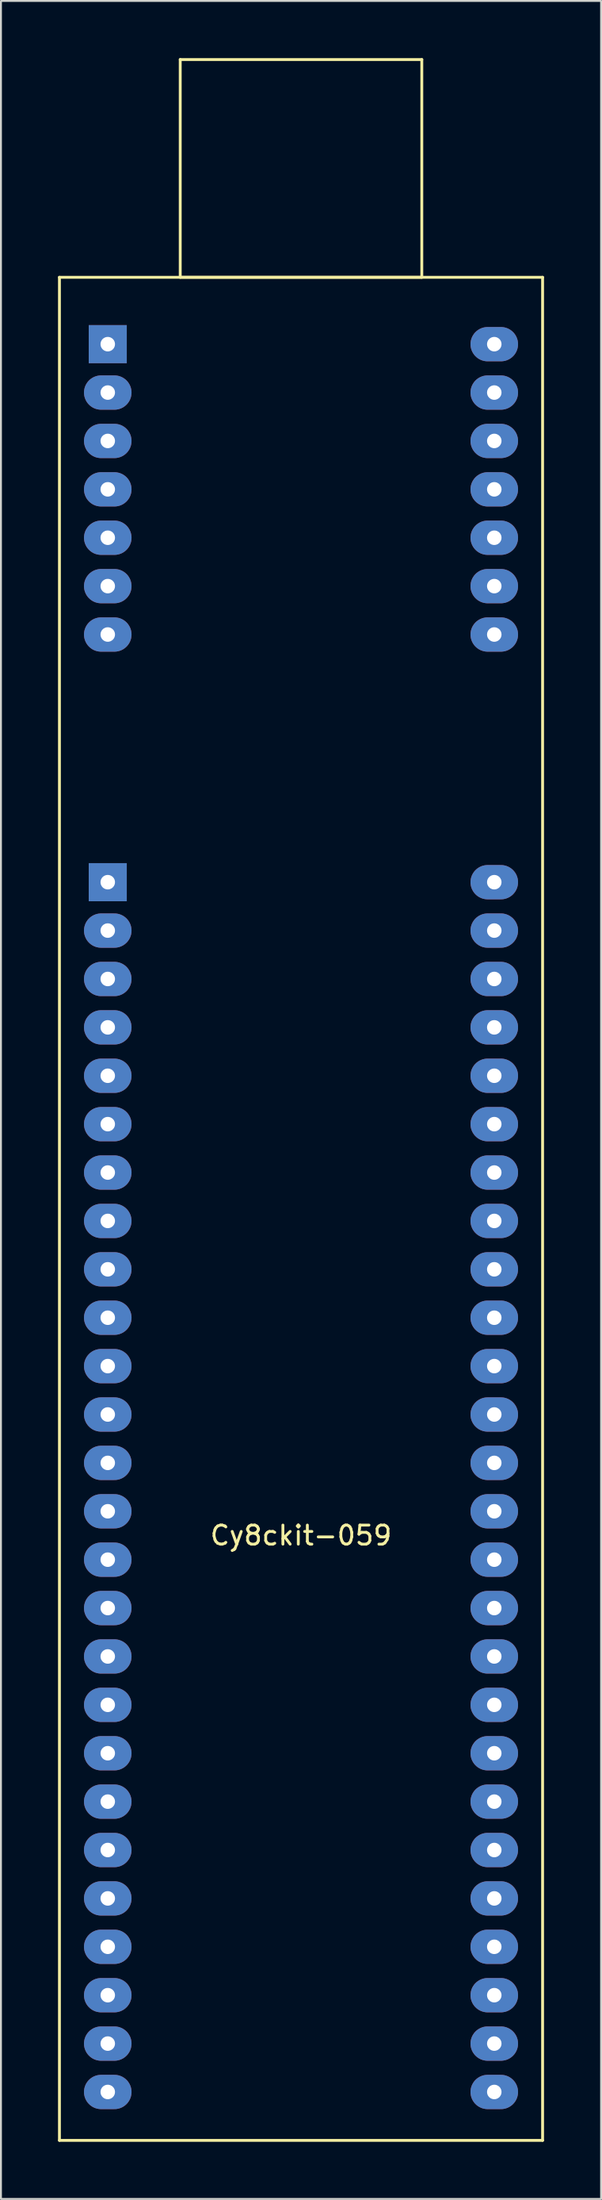
<source format=kicad_pcb>
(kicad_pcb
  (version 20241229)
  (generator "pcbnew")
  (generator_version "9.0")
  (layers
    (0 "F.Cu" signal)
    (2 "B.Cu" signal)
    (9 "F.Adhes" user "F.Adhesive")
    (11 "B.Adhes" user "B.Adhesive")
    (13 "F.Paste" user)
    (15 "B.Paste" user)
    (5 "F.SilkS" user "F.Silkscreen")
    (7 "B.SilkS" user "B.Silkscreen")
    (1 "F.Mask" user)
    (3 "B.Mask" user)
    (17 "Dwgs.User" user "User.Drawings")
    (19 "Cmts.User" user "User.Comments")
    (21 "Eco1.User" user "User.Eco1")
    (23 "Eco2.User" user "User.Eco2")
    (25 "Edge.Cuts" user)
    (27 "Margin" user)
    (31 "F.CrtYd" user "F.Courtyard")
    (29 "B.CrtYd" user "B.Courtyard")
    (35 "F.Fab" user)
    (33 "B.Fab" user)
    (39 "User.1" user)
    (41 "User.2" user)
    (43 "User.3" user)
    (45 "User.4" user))
  (footprint "Cy8ckit-059"
    (layer "F.Cu")
    (at 12.775 77.545)
    (property "Reference" "Cy8ckit-059" (at 0 0 0) (layer "F.SilkS") (effects (font (size 1 1) (thickness 0.15))))
    (attr through_hole)
    (fp_line (start -12.7 -66.04) (end 12.7 -66.04) (stroke (width 0.15) (type solid)) (layer "F.SilkS"))
    (fp_line (start -12.7 31.75) (end -12.7 -66.04) (stroke (width 0.15) (type solid)) (layer "F.SilkS"))
    (fp_line (start -6.35 -77.47) (end 6.35 -77.47) (stroke (width 0.15) (type solid)) (layer "F.SilkS"))
    (fp_line (start -6.35 -66.04) (end -6.35 -77.47) (stroke (width 0.15) (type solid)) (layer "F.SilkS"))
    (fp_line (start 6.35 -77.47) (end 6.35 -66.04) (stroke (width 0.15) (type solid)) (layer "F.SilkS"))
    (fp_line (start 6.35 -66.04) (end -6.35 -66.04) (stroke (width 0.15) (type solid)) (layer "F.SilkS"))
    (fp_line (start 12.7 -66.04) (end 12.7 31.75) (stroke (width 0.15) (type solid)) (layer "F.SilkS"))
    (fp_line (start 12.7 31.75) (end -12.7 31.75) (stroke (width 0.15) (type solid)) (layer "F.SilkS"))
    (pad "1" thru_hole trapezoid (at -10.16 -34.29) (size 2 2) (drill 0.762) (layers "*.Cu" "*.Mask"))
    (pad "2" thru_hole oval (at -10.16 -31.75) (size 2.5 1.8) (drill 0.762) (layers "*.Cu" "*.Mask"))
    (pad "3" thru_hole oval (at -10.16 -29.21) (size 2.5 1.8) (drill 0.762) (layers "*.Cu" "*.Mask"))
    (pad "4" thru_hole oval (at -10.16 -26.67) (size 2.5 1.8) (drill 0.762) (layers "*.Cu" "*.Mask"))
    (pad "5" thru_hole oval (at -10.16 -24.13) (size 2.5 1.8) (drill 0.762) (layers "*.Cu" "*.Mask"))
    (pad "6" thru_hole oval (at -10.16 -21.59) (size 2.5 1.8) (drill 0.762) (layers "*.Cu" "*.Mask"))
    (pad "7" thru_hole oval (at -10.16 -19.05) (size 2.5 1.8) (drill 0.762) (layers "*.Cu" "*.Mask"))
    (pad "8" thru_hole oval (at -10.16 -16.51) (size 2.5 1.8) (drill 0.762) (layers "*.Cu" "*.Mask"))
    (pad "9" thru_hole oval (at -10.16 -13.97) (size 2.5 1.8) (drill 0.762) (layers "*.Cu" "*.Mask"))
    (pad "10" thru_hole oval (at -10.16 -11.43) (size 2.5 1.8) (drill 0.762) (layers "*.Cu" "*.Mask"))
    (pad "11" thru_hole oval (at -10.16 -8.89) (size 2.5 1.8) (drill 0.762) (layers "*.Cu" "*.Mask"))
    (pad "12" thru_hole oval (at -10.16 -6.35) (size 2.5 1.8) (drill 0.762) (layers "*.Cu" "*.Mask"))
    (pad "13" thru_hole oval (at -10.16 -3.81) (size 2.5 1.8) (drill 0.762) (layers "*.Cu" "*.Mask"))
    (pad "14" thru_hole oval (at -10.16 -1.27) (size 2.5 1.8) (drill 0.762) (layers "*.Cu" "*.Mask"))
    (pad "15" thru_hole oval (at -10.16 1.27) (size 2.5 1.8) (drill 0.762) (layers "*.Cu" "*.Mask"))
    (pad "16" thru_hole oval (at -10.16 3.81) (size 2.5 1.8) (drill 0.762) (layers "*.Cu" "*.Mask"))
    (pad "17" thru_hole oval (at -10.16 6.35) (size 2.5 1.8) (drill 0.762) (layers "*.Cu" "*.Mask"))
    (pad "18" thru_hole oval (at -10.16 8.89) (size 2.5 1.8) (drill 0.762) (layers "*.Cu" "*.Mask"))
    (pad "19" thru_hole oval (at -10.16 11.43) (size 2.5 1.8) (drill 0.762) (layers "*.Cu" "*.Mask"))
    (pad "20" thru_hole oval (at -10.16 13.97) (size 2.5 1.8) (drill 0.762) (layers "*.Cu" "*.Mask"))
    (pad "21" thru_hole oval (at -10.16 16.51) (size 2.5 1.8) (drill 0.762) (layers "*.Cu" "*.Mask"))
    (pad "22" thru_hole oval (at -10.16 19.05) (size 2.5 1.8) (drill 0.762) (layers "*.Cu" "*.Mask"))
    (pad "23" thru_hole oval (at -10.16 21.59) (size 2.5 1.8) (drill 0.762) (layers "*.Cu" "*.Mask"))
    (pad "24" thru_hole oval (at -10.16 24.13) (size 2.5 1.8) (drill 0.762) (layers "*.Cu" "*.Mask"))
    (pad "25" thru_hole oval (at -10.16 26.67) (size 2.5 1.8) (drill 0.762) (layers "*.Cu" "*.Mask"))
    (pad "26" thru_hole oval (at -10.16 29.21) (size 2.5 1.8) (drill 0.762) (layers "*.Cu" "*.Mask"))
    (pad "27" thru_hole oval (at 10.16 29.21) (size 2.5 1.8) (drill 0.762) (layers "*.Cu" "*.Mask"))
    (pad "28" thru_hole oval (at 10.16 26.67) (size 2.5 1.8) (drill 0.762) (layers "*.Cu" "*.Mask"))
    (pad "29" thru_hole oval (at 10.16 24.13) (size 2.5 1.8) (drill 0.762) (layers "*.Cu" "*.Mask"))
    (pad "30" thru_hole oval (at 10.16 21.59) (size 2.5 1.8) (drill 0.762) (layers "*.Cu" "*.Mask"))
    (pad "31" thru_hole oval (at 10.16 19.05) (size 2.5 1.8) (drill 0.762) (layers "*.Cu" "*.Mask"))
    (pad "32" thru_hole oval (at 10.16 16.51) (size 2.5 1.8) (drill 0.762) (layers "*.Cu" "*.Mask"))
    (pad "33" thru_hole oval (at 10.16 13.97) (size 2.5 1.8) (drill 0.762) (layers "*.Cu" "*.Mask"))
    (pad "34" thru_hole oval (at 10.16 11.43) (size 2.5 1.8) (drill 0.762) (layers "*.Cu" "*.Mask"))
    (pad "35" thru_hole oval (at 10.16 8.89) (size 2.5 1.8) (drill 0.762) (layers "*.Cu" "*.Mask"))
    (pad "36" thru_hole oval (at 10.16 6.35) (size 2.5 1.8) (drill 0.762) (layers "*.Cu" "*.Mask"))
    (pad "37" thru_hole oval (at 10.16 3.81) (size 2.5 1.8) (drill 0.762) (layers "*.Cu" "*.Mask"))
    (pad "38" thru_hole oval (at 10.16 1.27) (size 2.5 1.8) (drill 0.762) (layers "*.Cu" "*.Mask"))
    (pad "39" thru_hole oval (at 10.16 -1.27) (size 2.5 1.8) (drill 0.762) (layers "*.Cu" "*.Mask"))
    (pad "40" thru_hole oval (at 10.16 -3.81) (size 2.5 1.8) (drill 0.762) (layers "*.Cu" "*.Mask"))
    (pad "41" thru_hole oval (at 10.16 -6.35) (size 2.5 1.8) (drill 0.762) (layers "*.Cu" "*.Mask"))
    (pad "42" thru_hole oval (at 10.16 -8.89) (size 2.5 1.8) (drill 0.762) (layers "*.Cu" "*.Mask"))
    (pad "43" thru_hole oval (at 10.16 -11.43) (size 2.5 1.8) (drill 0.762) (layers "*.Cu" "*.Mask"))
    (pad "44" thru_hole oval (at 10.16 -13.97) (size 2.5 1.8) (drill 0.762) (layers "*.Cu" "*.Mask"))
    (pad "45" thru_hole oval (at 10.16 -16.51) (size 2.5 1.8) (drill 0.762) (layers "*.Cu" "*.Mask"))
    (pad "46" thru_hole oval (at 10.16 -19.05) (size 2.5 1.8) (drill 0.762) (layers "*.Cu" "*.Mask"))
    (pad "47" thru_hole oval (at 10.16 -21.59) (size 2.5 1.8) (drill 0.762) (layers "*.Cu" "*.Mask"))
    (pad "48" thru_hole oval (at 10.16 -24.13) (size 2.5 1.8) (drill 0.762) (layers "*.Cu" "*.Mask"))
    (pad "49" thru_hole oval (at 10.16 -26.67) (size 2.5 1.8) (drill 0.762) (layers "*.Cu" "*.Mask"))
    (pad "50" thru_hole oval (at 10.16 -29.21) (size 2.5 1.8) (drill 0.762) (layers "*.Cu" "*.Mask"))
    (pad "51" thru_hole oval (at 10.16 -31.75) (size 2.5 1.8) (drill 0.762) (layers "*.Cu" "*.Mask"))
    (pad "52" thru_hole oval (at 10.16 -34.29) (size 2.5 1.8) (drill 0.762) (layers "*.Cu" "*.Mask"))
    (pad "Kp1" thru_hole trapezoid (at -10.16 -62.53) (size 2 2) (drill 0.762) (layers "*.Cu" "*.Mask"))
    (pad "Kp2" thru_hole oval (at -10.16 -59.99) (size 2.5 1.8) (drill 0.762) (layers "*.Cu" "*.Mask"))
    (pad "Kp3" thru_hole oval (at -10.16 -57.45) (size 2.5 1.8) (drill 0.762) (layers "*.Cu" "*.Mask"))
    (pad "Kp4" thru_hole oval (at -10.16 -54.91) (size 2.5 1.8) (drill 0.762) (layers "*.Cu" "*.Mask"))
    (pad "Kp5" thru_hole oval (at -10.16 -52.37) (size 2.5 1.8) (drill 0.762) (layers "*.Cu" "*.Mask"))
    (pad "Kp6" thru_hole oval (at -10.16 -49.83) (size 2.5 1.8) (drill 0.762) (layers "*.Cu" "*.Mask"))
    (pad "Kp7" thru_hole oval (at -10.16 -47.29) (size 2.5 1.8) (drill 0.762) (layers "*.Cu" "*.Mask"))
    (pad "Kp8" thru_hole oval (at 10.16 -47.29) (size 2.5 1.8) (drill 0.762) (layers "*.Cu" "*.Mask"))
    (pad "Kp9" thru_hole oval (at 10.16 -49.83) (size 2.5 1.8) (drill 0.762) (layers "*.Cu" "*.Mask"))
    (pad "Kp10" thru_hole oval (at 10.16 -52.37) (size 2.5 1.8) (drill 0.762) (layers "*.Cu" "*.Mask"))
    (pad "Kp11" thru_hole oval (at 10.16 -54.91) (size 2.5 1.8) (drill 0.762) (layers "*.Cu" "*.Mask"))
    (pad "Kp12" thru_hole oval (at 10.16 -57.45) (size 2.5 1.8) (drill 0.762) (layers "*.Cu" "*.Mask"))
    (pad "Kp13" thru_hole oval (at 10.16 -59.99) (size 2.5 1.8) (drill 0.762) (layers "*.Cu" "*.Mask"))
    (pad "Kp14" thru_hole oval (at 10.16 -62.53) (size 2.5 1.8) (drill 0.762) (layers "*.Cu" "*.Mask")))
  (gr_rect
    (start -3 -3)
    (end 28.55 112.37)
    (stroke (width 0.1) (type default))
    (fill no)
    (layer "Edge.Cuts")))
</source>
